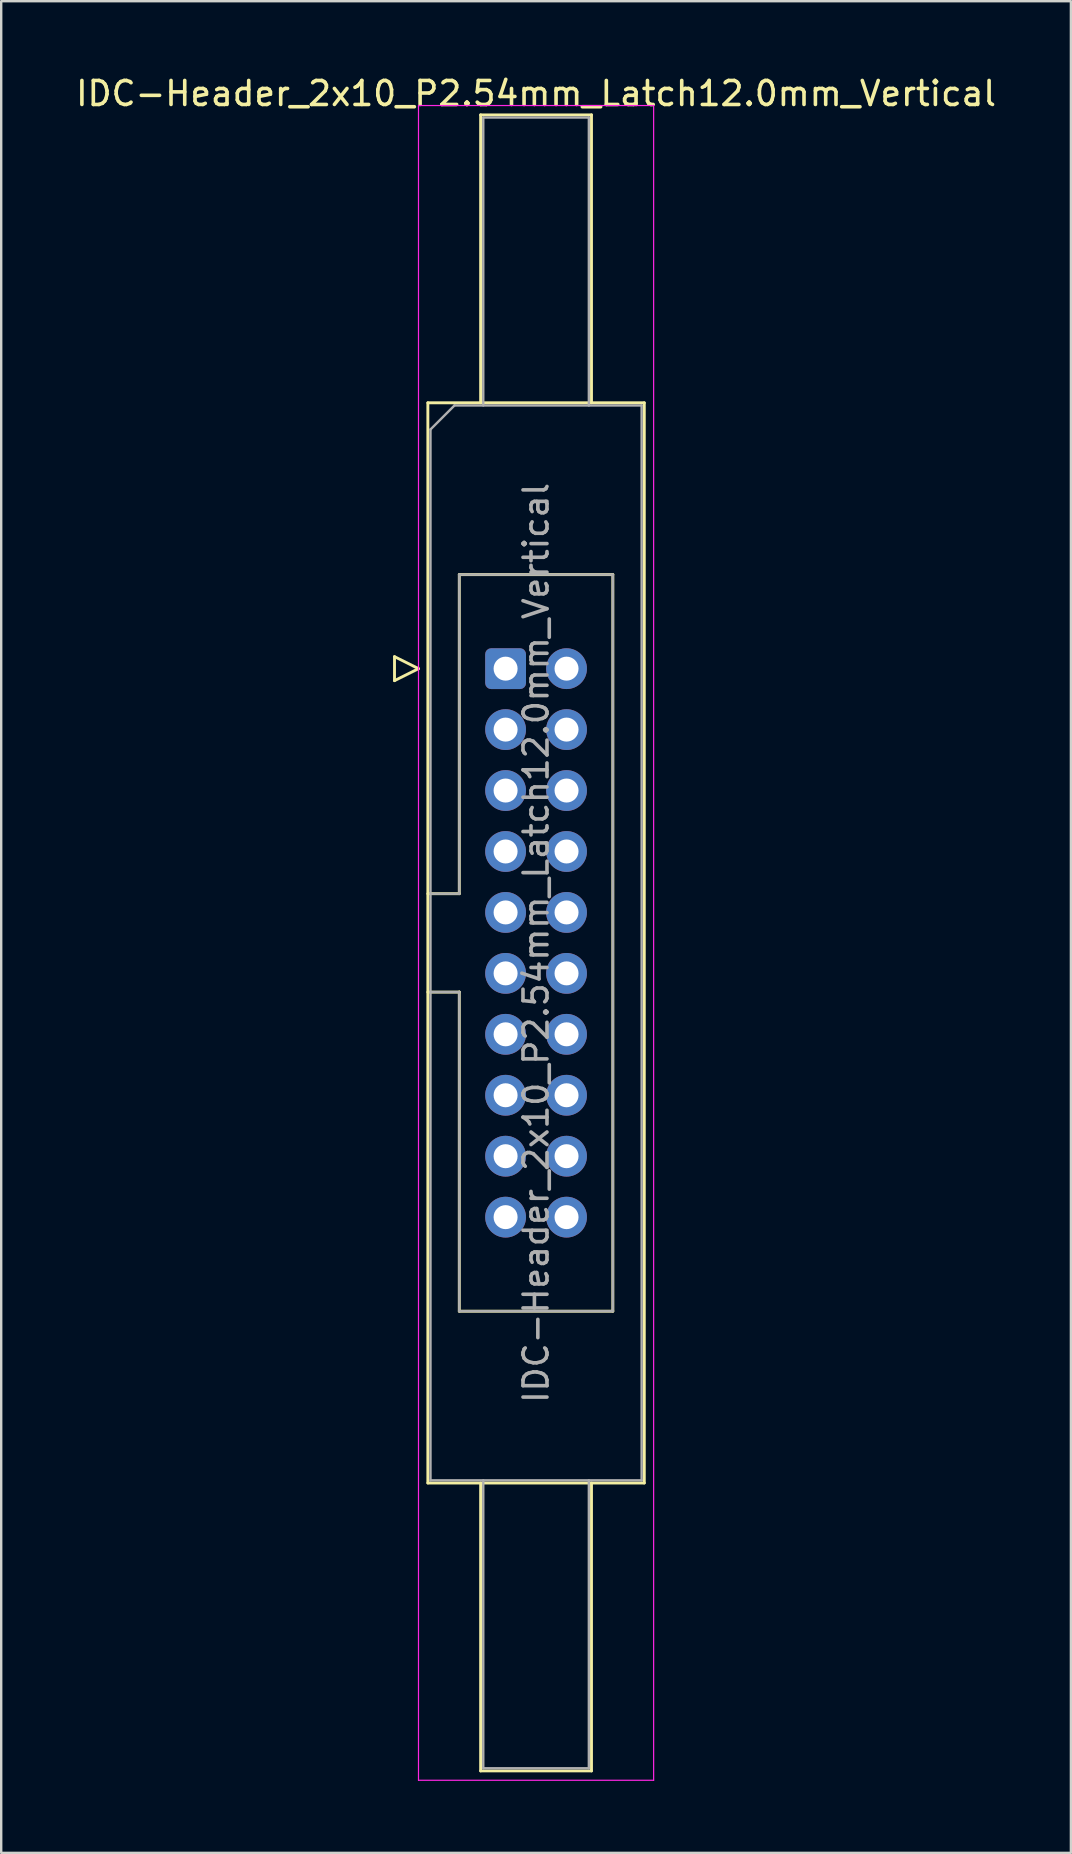
<source format=kicad_pcb>
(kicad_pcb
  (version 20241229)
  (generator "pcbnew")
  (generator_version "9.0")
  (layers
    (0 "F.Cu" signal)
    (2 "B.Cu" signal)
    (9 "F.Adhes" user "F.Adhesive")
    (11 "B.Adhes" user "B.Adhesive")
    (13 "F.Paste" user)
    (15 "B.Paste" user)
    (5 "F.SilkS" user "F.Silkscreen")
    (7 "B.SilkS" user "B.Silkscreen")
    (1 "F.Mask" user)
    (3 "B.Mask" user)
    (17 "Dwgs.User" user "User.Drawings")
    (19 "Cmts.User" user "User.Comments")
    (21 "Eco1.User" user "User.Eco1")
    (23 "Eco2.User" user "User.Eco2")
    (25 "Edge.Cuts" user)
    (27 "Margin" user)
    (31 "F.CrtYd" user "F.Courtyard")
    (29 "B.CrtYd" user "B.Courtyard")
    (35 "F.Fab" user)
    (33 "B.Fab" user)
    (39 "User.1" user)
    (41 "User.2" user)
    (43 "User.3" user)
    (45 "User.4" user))
  (footprint "IDC-Header_2x10_P2.54mm_Latch12.0mm_Vertical"
    (layer "F.Cu")
    (at 18.022 24.818)
    (property "Reference" "IDC-Header_2x10_P2.54mm_Latch12.0mm_Vertical" (at 1.27 -23.97 0) (layer "F.SilkS") (effects (font (size 1 1) (thickness 0.15))))
    (attr through_hole)
    (fp_line (start -4.63 -0.5) (end -4.63 0.5) (stroke (width 0.12) (type solid)) (layer "F.SilkS"))
    (fp_line (start -4.63 0.5) (end -3.63 0) (stroke (width 0.12) (type solid)) (layer "F.SilkS"))
    (fp_line (start -3.63 0) (end -4.63 -0.5) (stroke (width 0.12) (type solid)) (layer "F.SilkS"))
    (fp_line (start -3.24 -11.08) (end 5.78 -11.08) (stroke (width 0.12) (type solid)) (layer "F.SilkS"))
    (fp_line (start -3.24 9.38) (end -1.93 9.38) (stroke (width 0.12) (type solid)) (layer "F.SilkS"))
    (fp_line (start -3.24 33.94) (end -3.24 -11.08) (stroke (width 0.12) (type solid)) (layer "F.SilkS"))
    (fp_line (start -1.93 -3.92) (end 4.47 -3.92) (stroke (width 0.12) (type solid)) (layer "F.SilkS"))
    (fp_line (start -1.93 9.38) (end -1.93 -3.92) (stroke (width 0.12) (type solid)) (layer "F.SilkS"))
    (fp_line (start -1.93 13.48) (end -3.24 13.48) (stroke (width 0.12) (type solid)) (layer "F.SilkS"))
    (fp_line (start -1.93 13.48) (end -1.93 13.48) (stroke (width 0.12) (type solid)) (layer "F.SilkS"))
    (fp_line (start -1.93 26.78) (end -1.93 13.48) (stroke (width 0.12) (type solid)) (layer "F.SilkS"))
    (fp_line (start -1.04 -23.08) (end 3.58 -23.08) (stroke (width 0.12) (type solid)) (layer "F.SilkS"))
    (fp_line (start -1.04 -11.08) (end -1.04 -23.08) (stroke (width 0.12) (type solid)) (layer "F.SilkS"))
    (fp_line (start -1.04 33.94) (end -1.04 45.94) (stroke (width 0.12) (type solid)) (layer "F.SilkS"))
    (fp_line (start -1.04 45.94) (end 3.58 45.94) (stroke (width 0.12) (type solid)) (layer "F.SilkS"))
    (fp_line (start 3.58 -23.08) (end 3.58 -11.08) (stroke (width 0.12) (type solid)) (layer "F.SilkS"))
    (fp_line (start 3.58 45.94) (end 3.58 33.94) (stroke (width 0.12) (type solid)) (layer "F.SilkS"))
    (fp_line (start 4.47 -3.92) (end 4.47 26.78) (stroke (width 0.12) (type solid)) (layer "F.SilkS"))
    (fp_line (start 4.47 26.78) (end -1.93 26.78) (stroke (width 0.12) (type solid)) (layer "F.SilkS"))
    (fp_line (start 5.78 -11.08) (end 5.78 33.94) (stroke (width 0.12) (type solid)) (layer "F.SilkS"))
    (fp_line (start 5.78 33.94) (end -3.24 33.94) (stroke (width 0.12) (type solid)) (layer "F.SilkS"))
    (fp_line (start -3.63 -23.47) (end -3.63 46.33) (stroke (width 0.05) (type solid)) (layer "F.CrtYd"))
    (fp_line (start -3.63 46.33) (end 6.17 46.33) (stroke (width 0.05) (type solid)) (layer "F.CrtYd"))
    (fp_line (start 6.17 -23.47) (end -3.63 -23.47) (stroke (width 0.05) (type solid)) (layer "F.CrtYd"))
    (fp_line (start 6.17 46.33) (end 6.17 -23.47) (stroke (width 0.05) (type solid)) (layer "F.CrtYd"))
    (fp_line (start -3.13 -9.97) (end -2.13 -10.97) (stroke (width 0.1) (type solid)) (layer "F.Fab"))
    (fp_line (start -3.13 9.38) (end -1.93 9.38) (stroke (width 0.1) (type solid)) (layer "F.Fab"))
    (fp_line (start -3.13 33.83) (end -3.13 -9.97) (stroke (width 0.1) (type solid)) (layer "F.Fab"))
    (fp_line (start -2.13 -10.97) (end 5.67 -10.97) (stroke (width 0.1) (type solid)) (layer "F.Fab"))
    (fp_line (start -1.93 -3.92) (end 4.47 -3.92) (stroke (width 0.1) (type solid)) (layer "F.Fab"))
    (fp_line (start -1.93 9.38) (end -1.93 -3.92) (stroke (width 0.1) (type solid)) (layer "F.Fab"))
    (fp_line (start -1.93 13.48) (end -3.13 13.48) (stroke (width 0.1) (type solid)) (layer "F.Fab"))
    (fp_line (start -1.93 13.48) (end -1.93 13.48) (stroke (width 0.1) (type solid)) (layer "F.Fab"))
    (fp_line (start -1.93 26.78) (end -1.93 13.48) (stroke (width 0.1) (type solid)) (layer "F.Fab"))
    (fp_line (start -0.93 -22.97) (end 3.47 -22.97) (stroke (width 0.1) (type solid)) (layer "F.Fab"))
    (fp_line (start -0.93 -10.97) (end -0.93 -22.97) (stroke (width 0.1) (type solid)) (layer "F.Fab"))
    (fp_line (start -0.93 33.83) (end -0.93 45.83) (stroke (width 0.1) (type solid)) (layer "F.Fab"))
    (fp_line (start -0.93 45.83) (end 3.47 45.83) (stroke (width 0.1) (type solid)) (layer "F.Fab"))
    (fp_line (start 3.47 -22.97) (end 3.47 -10.97) (stroke (width 0.1) (type solid)) (layer "F.Fab"))
    (fp_line (start 3.47 45.83) (end 3.47 33.83) (stroke (width 0.1) (type solid)) (layer "F.Fab"))
    (fp_line (start 4.47 -3.92) (end 4.47 26.78) (stroke (width 0.1) (type solid)) (layer "F.Fab"))
    (fp_line (start 4.47 26.78) (end -1.93 26.78) (stroke (width 0.1) (type solid)) (layer "F.Fab"))
    (fp_line (start 5.67 -10.97) (end 5.67 33.83) (stroke (width 0.1) (type solid)) (layer "F.Fab"))
    (fp_line (start 5.67 33.83) (end -3.13 33.83) (stroke (width 0.1) (type solid)) (layer "F.Fab"))
    (fp_text user "${REFERENCE}" (at 1.27 11.43 90) (layer "F.Fab") (effects (font (size 1 1) (thickness 0.15))))
    (pad "1" thru_hole roundrect (at 0 0) (size 1.7 1.7) (drill 1) (layers "*.Cu" "*.Mask") (roundrect_rratio 0.147))
    (pad "2" thru_hole circle (at 2.54 0) (size 1.7 1.7) (drill 1) (layers "*.Cu" "*.Mask"))
    (pad "3" thru_hole circle (at 0 2.54) (size 1.7 1.7) (drill 1) (layers "*.Cu" "*.Mask"))
    (pad "4" thru_hole circle (at 2.54 2.54) (size 1.7 1.7) (drill 1) (layers "*.Cu" "*.Mask"))
    (pad "5" thru_hole circle (at 0 5.08) (size 1.7 1.7) (drill 1) (layers "*.Cu" "*.Mask"))
    (pad "6" thru_hole circle (at 2.54 5.08) (size 1.7 1.7) (drill 1) (layers "*.Cu" "*.Mask"))
    (pad "7" thru_hole circle (at 0 7.62) (size 1.7 1.7) (drill 1) (layers "*.Cu" "*.Mask"))
    (pad "8" thru_hole circle (at 2.54 7.62) (size 1.7 1.7) (drill 1) (layers "*.Cu" "*.Mask"))
    (pad "9" thru_hole circle (at 0 10.16) (size 1.7 1.7) (drill 1) (layers "*.Cu" "*.Mask"))
    (pad "10" thru_hole circle (at 2.54 10.16) (size 1.7 1.7) (drill 1) (layers "*.Cu" "*.Mask"))
    (pad "11" thru_hole circle (at 0 12.7) (size 1.7 1.7) (drill 1) (layers "*.Cu" "*.Mask"))
    (pad "12" thru_hole circle (at 2.54 12.7) (size 1.7 1.7) (drill 1) (layers "*.Cu" "*.Mask"))
    (pad "13" thru_hole circle (at 0 15.24) (size 1.7 1.7) (drill 1) (layers "*.Cu" "*.Mask"))
    (pad "14" thru_hole circle (at 2.54 15.24) (size 1.7 1.7) (drill 1) (layers "*.Cu" "*.Mask"))
    (pad "15" thru_hole circle (at 0 17.78) (size 1.7 1.7) (drill 1) (layers "*.Cu" "*.Mask"))
    (pad "16" thru_hole circle (at 2.54 17.78) (size 1.7 1.7) (drill 1) (layers "*.Cu" "*.Mask"))
    (pad "17" thru_hole circle (at 0 20.32) (size 1.7 1.7) (drill 1) (layers "*.Cu" "*.Mask"))
    (pad "18" thru_hole circle (at 2.54 20.32) (size 1.7 1.7) (drill 1) (layers "*.Cu" "*.Mask"))
    (pad "19" thru_hole circle (at 0 22.86) (size 1.7 1.7) (drill 1) (layers "*.Cu" "*.Mask"))
    (pad "20" thru_hole circle (at 2.54 22.86) (size 1.7 1.7) (drill 1) (layers "*.Cu" "*.Mask")))
  (gr_rect
    (start -3 -3)
    (end 41.583 74.173)
    (stroke (width 0.1) (type default))
    (fill no)
    (layer "Edge.Cuts")))
</source>
